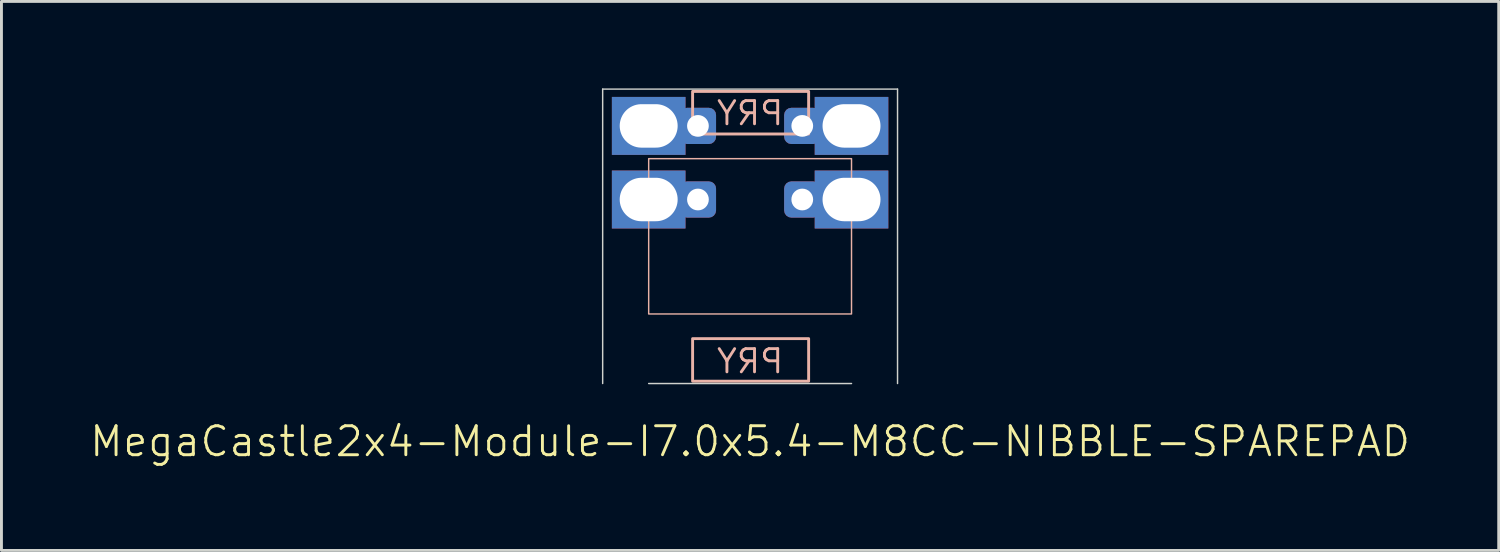
<source format=kicad_pcb>
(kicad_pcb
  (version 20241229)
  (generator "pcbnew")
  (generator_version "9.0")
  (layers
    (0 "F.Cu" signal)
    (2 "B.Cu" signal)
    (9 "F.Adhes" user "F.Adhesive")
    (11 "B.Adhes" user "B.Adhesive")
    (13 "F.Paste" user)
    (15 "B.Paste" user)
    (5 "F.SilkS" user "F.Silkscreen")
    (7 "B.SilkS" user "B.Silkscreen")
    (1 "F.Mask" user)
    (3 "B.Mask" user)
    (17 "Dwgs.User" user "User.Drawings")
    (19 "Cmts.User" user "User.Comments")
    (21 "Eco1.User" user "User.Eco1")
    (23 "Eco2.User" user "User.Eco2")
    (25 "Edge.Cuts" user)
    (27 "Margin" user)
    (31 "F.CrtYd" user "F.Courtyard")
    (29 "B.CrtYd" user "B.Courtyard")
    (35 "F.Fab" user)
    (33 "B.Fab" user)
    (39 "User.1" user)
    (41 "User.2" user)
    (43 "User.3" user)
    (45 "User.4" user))
  (footprint "MegaCastle2x4-Module-I7.0x5.4-M8CC-NIBBLE-SPAREPAD"
    (layer "F.Cu")
    (at 22.836 5.105)
    (property "Reference" "MegaCastle2x4-Module-I7.0x5.4-M8CC-NIBBLE-SPAREPAD" (at 0 7.08 0) (unlocked yes) (layer "F.SilkS") (effects (font (size 1 1) (thickness 0.1))))
    (attr smd)
    (fp_rect (start -3.5 2.68) (end 3.5 -2.68) (stroke (width 0.05) (type default)) (fill no) (layer "B.SilkS"))
    (fp_rect (start -1.984 -3.531) (end 2.02 -5) (stroke (width 0.1) (type default)) (fill no) (layer "B.SilkS"))
    (fp_rect (start -1.984 3.531) (end 2.02 5) (stroke (width 0.1) (type default)) (fill no) (layer "B.SilkS"))
    (fp_line (start -5.088 -5.08) (end -5.088 5.08) (stroke (width 0.05) (type default)) (layer "Edge.Cuts"))
    (fp_line (start -5.088 -5.08) (end 5.088 -5.08) (stroke (width 0.05) (type default)) (layer "Edge.Cuts"))
    (fp_line (start -3.5 5.08) (end 3.5 5.08) (stroke (width 0.05) (type default)) (layer "Edge.Cuts"))
    (fp_line (start 5.088 -5.08) (end 5.088 5.08) (stroke (width 0.05) (type default)) (layer "Edge.Cuts"))
    (fp_text user "PRY" (at 0 -3.78 0) (unlocked yes) (layer "B.SilkS") (effects (font (size 0.8 0.8) (thickness 0.1)) (justify bottom mirror)))
    (fp_text user "PRY" (at 0 4.78 0) (unlocked yes) (layer "B.SilkS") (effects (font (size 0.8 0.8) (thickness 0.1)) (justify bottom mirror)))
    (pad "1" thru_hole rect (at -3.5 -3.81) (size 2.54 2) (drill oval 2 1.5) (property pad_prop_castellated) (layers "*.Cu" "*.Mask"))
    (pad "1" thru_hole roundrect (at -1.8 -3.81 180) (size 1.25 1.25) (drill 0.75) (layers "*.Cu" "*.Mask") (roundrect_rratio 0.2))
    (pad "2" thru_hole rect (at -3.5 -1.27) (size 2.54 2) (drill oval 2 1.5) (property pad_prop_castellated) (layers "*.Cu" "*.Mask"))
    (pad "2" thru_hole roundrect (at -1.8 -1.27 180) (size 1.25 1.25) (drill 0.75) (layers "*.Cu" "*.Mask") (roundrect_rratio 0.2))
    (pad "5" thru_hole roundrect (at 1.8 -3.81 180) (size 1.25 1.25) (drill 0.75) (layers "*.Cu" "*.Mask") (roundrect_rratio 0.2))
    (pad "5" thru_hole rect (at 3.5 -3.81) (size 2.54 2) (drill oval 2 1.5) (property pad_prop_castellated) (layers "*.Cu" "*.Mask"))
    (pad "6" thru_hole roundrect (at 1.8 -1.27 180) (size 1.25 1.25) (drill 0.75) (layers "*.Cu" "*.Mask") (roundrect_rratio 0.2))
    (pad "6" thru_hole rect (at 3.5 -1.27) (size 2.54 2) (drill oval 2 1.5) (property pad_prop_castellated) (layers "*.Cu" "*.Mask"))
    (zone (net_name "") (layer "B.Cu") (hatch edge 0.5) (connect_pads) (min_thickness 0.25) (filled_areas_thickness no) (keepout (tracks allowed) (vias allowed) (pads allowed) (copperpour allowed) (footprints not_allowed)) (placement (enabled no)) (fill) (polygon (pts (xy 19.336 10.185) (xy 19.336 0.025))))
    (zone (net_name "") (layer "B.Cu") (hatch edge 0.5) (connect_pads) (min_thickness 0.25) (filled_areas_thickness no) (keepout (tracks allowed) (vias allowed) (pads allowed) (copperpour allowed) (footprints not_allowed)) (placement (enabled no)) (fill) (polygon (pts (xy 26.336 10.185) (xy 26.336 0.025))))
    (zone (net_name "") (layer "B.Cu") (hatch edge 0.5) (connect_pads) (min_thickness 0.25) (filled_areas_thickness no) (keepout (tracks allowed) (vias allowed) (pads allowed) (copperpour allowed) (footprints not_allowed)) (placement (enabled no)) (fill) (polygon (pts (xy 19.336 0.025) (xy 19.336 2.425) (xy 26.336 2.425) (xy 26.336 0.025))))
    (zone (net_name "") (layer "B.Cu") (hatch edge 0.5) (connect_pads) (min_thickness 0.25) (filled_areas_thickness no) (keepout (tracks allowed) (vias allowed) (pads allowed) (copperpour allowed) (footprints not_allowed)) (placement (enabled no)) (fill) (polygon (pts (xy 19.336 10.185) (xy 19.336 7.785) (xy 26.336 7.785) (xy 26.336 10.185))))
    (zone (net_name "") (layer "B.Cu") (name "Upper Pry Zone") (hatch edge 0.5) (connect_pads) (min_thickness 0.25) (filled_areas_thickness no) (keepout (tracks not_allowed) (vias not_allowed) (pads not_allowed) (copperpour allowed) (footprints not_allowed)) (placement (enabled no)) (fill) (polygon (pts (xy 20.851 1.574) (xy 20.851 0.105) (xy 24.855 0.105) (xy 24.855 1.574))))
    (zone (net_name "") (layer "B.Cu") (name "Upper Pry Zone") (hatch edge 0.5) (connect_pads) (min_thickness 0.25) (filled_areas_thickness no) (keepout (tracks not_allowed) (vias not_allowed) (pads not_allowed) (copperpour allowed) (footprints not_allowed)) (placement (enabled no)) (fill) (polygon (pts (xy 20.851 8.636) (xy 20.851 10.105) (xy 24.855 10.105) (xy 24.855 8.636)))))
  (gr_rect
    (start -3 -3)
    (end 48.671 15.945)
    (stroke (width 0.1) (type default))
    (fill no)
    (layer "Edge.Cuts")))
</source>
